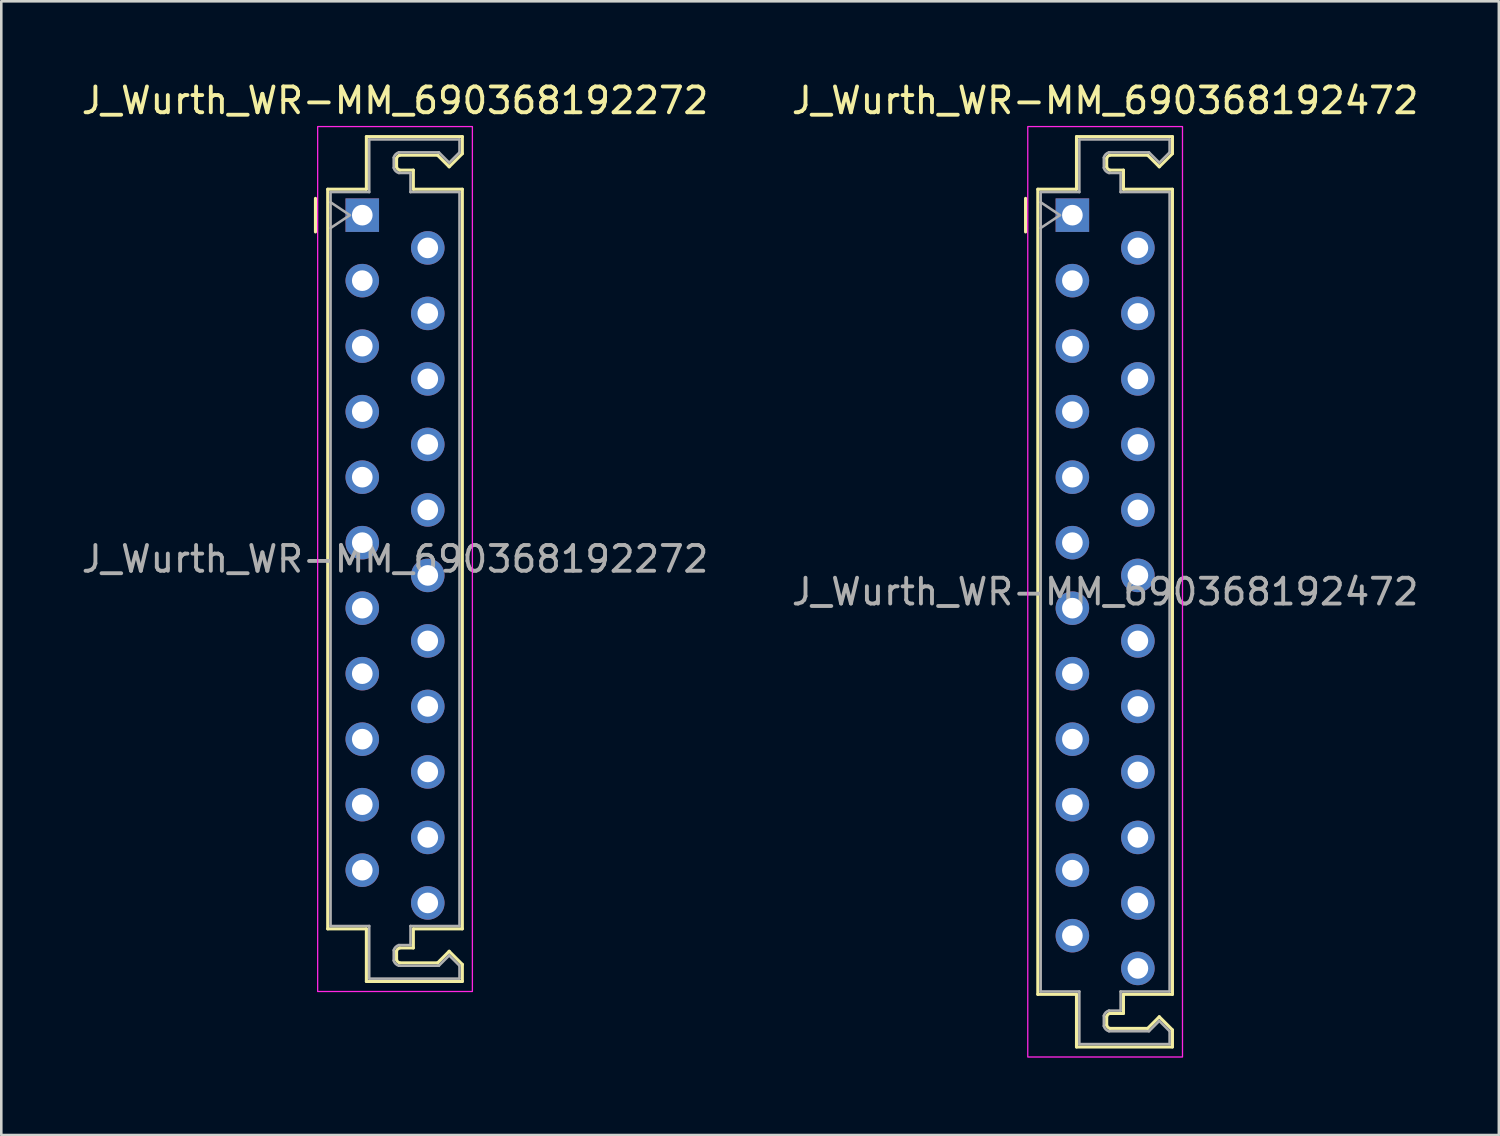
<source format=kicad_pcb>
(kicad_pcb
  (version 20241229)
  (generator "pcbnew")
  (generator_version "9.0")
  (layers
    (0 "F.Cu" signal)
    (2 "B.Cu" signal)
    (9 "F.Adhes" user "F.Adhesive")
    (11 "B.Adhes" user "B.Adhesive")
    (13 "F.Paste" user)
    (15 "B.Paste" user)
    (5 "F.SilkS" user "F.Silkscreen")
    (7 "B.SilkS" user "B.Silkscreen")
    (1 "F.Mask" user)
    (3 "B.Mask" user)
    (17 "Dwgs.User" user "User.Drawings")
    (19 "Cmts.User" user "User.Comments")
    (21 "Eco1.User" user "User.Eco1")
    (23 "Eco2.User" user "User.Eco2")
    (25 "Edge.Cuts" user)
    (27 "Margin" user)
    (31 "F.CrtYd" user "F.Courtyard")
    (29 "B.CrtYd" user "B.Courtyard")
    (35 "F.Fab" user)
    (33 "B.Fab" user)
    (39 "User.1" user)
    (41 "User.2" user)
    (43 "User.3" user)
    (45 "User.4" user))
  (footprint "J_Wurth_WR-MM_690368192472"
    (layer "F.Cu")
    (at 38.534 5.293)
    (property "Reference" "J_Wurth_WR-MM_690368192472" (at 1.27 -4.445 0) (unlocked yes) (layer "F.SilkS") (effects (font (size 1 1) (thickness 0.15))))
    (attr through_hole)
    (fp_line (start -1.815 0.65) (end -1.815 -0.65) (stroke (width 0.12) (type solid)) (layer "F.SilkS"))
    (fp_line (start -1.34 -1.005) (end 0.16 -1.005) (stroke (width 0.12) (type solid)) (layer "F.SilkS"))
    (fp_line (start -1.34 30.215) (end -1.34 -1.005) (stroke (width 0.12) (type solid)) (layer "F.SilkS"))
    (fp_line (start -1.34 30.215) (end 0.16 30.215) (stroke (width 0.12) (type solid)) (layer "F.SilkS"))
    (fp_line (start 0.16 -3.045) (end 3.88 -3.045) (stroke (width 0.12) (type solid)) (layer "F.SilkS"))
    (fp_line (start 0.16 -1.005) (end 0.16 -3.045) (stroke (width 0.12) (type solid)) (layer "F.SilkS"))
    (fp_line (start 0.16 30.215) (end 0.16 32.255) (stroke (width 0.12) (type solid)) (layer "F.SilkS"))
    (fp_line (start 0.16 32.255) (end 3.88 32.255) (stroke (width 0.12) (type solid)) (layer "F.SilkS"))
    (fp_line (start 1.33 -2.205) (end 1.33 -1.865) (stroke (width 0.12) (type solid)) (layer "F.SilkS"))
    (fp_line (start 1.33 31.416) (end 1.33 31.075) (stroke (width 0.12) (type solid)) (layer "F.SilkS"))
    (fp_line (start 1.45 -2.325) (end 2.92 -2.325) (stroke (width 0.12) (type solid)) (layer "F.SilkS"))
    (fp_line (start 1.45 31.535) (end 2.92 31.535) (stroke (width 0.12) (type solid)) (layer "F.SilkS"))
    (fp_line (start 1.98 -1.745) (end 1.45 -1.745) (stroke (width 0.12) (type solid)) (layer "F.SilkS"))
    (fp_line (start 1.98 -1.005) (end 1.98 -1.745) (stroke (width 0.12) (type solid)) (layer "F.SilkS"))
    (fp_line (start 1.98 30.215) (end 1.98 30.955) (stroke (width 0.12) (type solid)) (layer "F.SilkS"))
    (fp_line (start 1.98 30.955) (end 1.45 30.955) (stroke (width 0.12) (type solid)) (layer "F.SilkS"))
    (fp_line (start 2.92 -2.325) (end 3.37 -1.875) (stroke (width 0.12) (type solid)) (layer "F.SilkS"))
    (fp_line (start 2.92 31.535) (end 3.37 31.085) (stroke (width 0.12) (type solid)) (layer "F.SilkS"))
    (fp_line (start 3.88 -3.045) (end 3.88 -2.385) (stroke (width 0.12) (type solid)) (layer "F.SilkS"))
    (fp_line (start 3.88 -2.385) (end 3.37 -1.875) (stroke (width 0.12) (type solid)) (layer "F.SilkS"))
    (fp_line (start 3.88 -1.005) (end 1.98 -1.005) (stroke (width 0.12) (type solid)) (layer "F.SilkS"))
    (fp_line (start 3.88 30.215) (end 1.98 30.215) (stroke (width 0.12) (type solid)) (layer "F.SilkS"))
    (fp_line (start 3.88 30.215) (end 3.88 -1.005) (stroke (width 0.12) (type solid)) (layer "F.SilkS"))
    (fp_line (start 3.88 31.595) (end 3.37 31.085) (stroke (width 0.12) (type solid)) (layer "F.SilkS"))
    (fp_line (start 3.88 32.255) (end 3.88 31.595) (stroke (width 0.12) (type solid)) (layer "F.SilkS"))
    (fp_arc (start 1.330001 -2.2055) (mid 1.373741 -2.28126) (end 1.4495 -2.325) (stroke (width 0.12) (type solid)) (layer "F.SilkS"))
    (fp_arc (start 1.330002 31.074501) (mid 1.373741 30.998741) (end 1.4495 30.955001) (stroke (width 0.12) (type solid)) (layer "F.SilkS"))
    (fp_arc (start 1.4495 -1.745001) (mid 1.373741 -1.788741) (end 1.330002 -1.864501) (stroke (width 0.12) (type solid)) (layer "F.SilkS"))
    (fp_arc (start 1.4495 31.535) (mid 1.373741 31.49126) (end 1.330001 31.4155) (stroke (width 0.12) (type solid)) (layer "F.SilkS"))
    (fp_rect (start -1.73 -3.435) (end 4.27 32.645) (stroke (width 0.05) (type solid)) (fill no) (layer "F.CrtYd"))
    (fp_line (start -1.23 -0.895) (end 0.27 -0.895) (stroke (width 0.1) (type solid)) (layer "F.Fab"))
    (fp_line (start -1.23 30.105) (end -1.23 -0.895) (stroke (width 0.1) (type solid)) (layer "F.Fab"))
    (fp_line (start -1.23 30.105) (end 0.27 30.105) (stroke (width 0.1) (type solid)) (layer "F.Fab"))
    (fp_line (start -0.48 0) (end -1.23 -0.5) (stroke (width 0.1) (type solid)) (layer "F.Fab"))
    (fp_line (start -0.48 0) (end -1.23 0.5) (stroke (width 0.1) (type solid)) (layer "F.Fab"))
    (fp_line (start 0.27 -2.935) (end 3.77 -2.935) (stroke (width 0.1) (type solid)) (layer "F.Fab"))
    (fp_line (start 0.27 -0.895) (end 0.27 -2.935) (stroke (width 0.1) (type solid)) (layer "F.Fab"))
    (fp_line (start 0.27 32.145) (end 0.27 30.105) (stroke (width 0.1) (type solid)) (layer "F.Fab"))
    (fp_line (start 0.27 32.145) (end 3.77 32.145) (stroke (width 0.1) (type solid)) (layer "F.Fab"))
    (fp_line (start 1.22 -2.235) (end 1.22 -1.835) (stroke (width 0.1) (type solid)) (layer "F.Fab"))
    (fp_line (start 1.22 31.445) (end 1.22 31.045) (stroke (width 0.1) (type solid)) (layer "F.Fab"))
    (fp_line (start 1.42 -1.635) (end 1.87 -1.635) (stroke (width 0.1) (type solid)) (layer "F.Fab"))
    (fp_line (start 1.42 30.845) (end 1.87 30.845) (stroke (width 0.1) (type solid)) (layer "F.Fab"))
    (fp_line (start 1.87 -1.635) (end 1.87 -0.895) (stroke (width 0.1) (type solid)) (layer "F.Fab"))
    (fp_line (start 1.87 -0.895) (end 3.77 -0.895) (stroke (width 0.1) (type solid)) (layer "F.Fab"))
    (fp_line (start 1.87 30.105) (end 3.77 30.105) (stroke (width 0.1) (type solid)) (layer "F.Fab"))
    (fp_line (start 1.87 30.845) (end 1.87 30.105) (stroke (width 0.1) (type solid)) (layer "F.Fab"))
    (fp_line (start 2.97 -2.435) (end 1.42 -2.435) (stroke (width 0.1) (type solid)) (layer "F.Fab"))
    (fp_line (start 2.97 31.645) (end 1.42 31.645) (stroke (width 0.1) (type solid)) (layer "F.Fab"))
    (fp_line (start 3.37 -2.035) (end 2.97 -2.435) (stroke (width 0.1) (type solid)) (layer "F.Fab"))
    (fp_line (start 3.37 31.245) (end 2.97 31.645) (stroke (width 0.1) (type solid)) (layer "F.Fab"))
    (fp_line (start 3.77 -2.435) (end 3.37 -2.035) (stroke (width 0.1) (type solid)) (layer "F.Fab"))
    (fp_line (start 3.77 -2.435) (end 3.77 -2.935) (stroke (width 0.1) (type solid)) (layer "F.Fab"))
    (fp_line (start 3.77 30.105) (end 3.77 -0.895) (stroke (width 0.1) (type solid)) (layer "F.Fab"))
    (fp_line (start 3.77 31.645) (end 3.37 31.245) (stroke (width 0.1) (type solid)) (layer "F.Fab"))
    (fp_line (start 3.77 32.145) (end 3.77 31.645) (stroke (width 0.1) (type solid)) (layer "F.Fab"))
    (fp_arc (start 1.22 -2.235) (mid 1.293204 -2.361796) (end 1.419999 -2.435002) (stroke (width 0.1) (type default)) (layer "F.Fab"))
    (fp_arc (start 1.22 31.045) (mid 1.293205 30.918205) (end 1.42 30.845) (stroke (width 0.1) (type default)) (layer "F.Fab"))
    (fp_arc (start 1.42 -1.635) (mid 1.293204 -1.708204) (end 1.219998 -1.834998) (stroke (width 0.1) (type default)) (layer "F.Fab"))
    (fp_arc (start 1.42 31.645) (mid 1.293205 31.571795) (end 1.22 31.445) (stroke (width 0.1) (type default)) (layer "F.Fab"))
    (fp_text user "${REFERENCE}" (at 1.27 14.605 0) (unlocked yes) (layer "F.Fab") (effects (font (size 1 1) (thickness 0.15))))
    (pad "1" thru_hole rect (at 0 0 90) (size 1.3 1.3) (drill 0.8) (layers "*.Cu" "*.Mask"))
    (pad "2" thru_hole circle (at 2.54 1.27 90) (size 1.3 1.3) (drill 0.8) (layers "*.Cu" "*.Mask"))
    (pad "3" thru_hole circle (at 0 2.54 90) (size 1.3 1.3) (drill 0.8) (layers "*.Cu" "*.Mask"))
    (pad "4" thru_hole circle (at 2.54 3.81 90) (size 1.3 1.3) (drill 0.8) (layers "*.Cu" "*.Mask"))
    (pad "5" thru_hole circle (at 0 5.08 90) (size 1.3 1.3) (drill 0.8) (layers "*.Cu" "*.Mask"))
    (pad "6" thru_hole circle (at 2.54 6.35 90) (size 1.3 1.3) (drill 0.8) (layers "*.Cu" "*.Mask"))
    (pad "7" thru_hole circle (at 0 7.62 90) (size 1.3 1.3) (drill 0.8) (layers "*.Cu" "*.Mask"))
    (pad "8" thru_hole circle (at 2.54 8.89 90) (size 1.3 1.3) (drill 0.8) (layers "*.Cu" "*.Mask"))
    (pad "9" thru_hole circle (at 0 10.16 90) (size 1.3 1.3) (drill 0.8) (layers "*.Cu" "*.Mask"))
    (pad "10" thru_hole circle (at 2.54 11.43 90) (size 1.3 1.3) (drill 0.8) (layers "*.Cu" "*.Mask"))
    (pad "11" thru_hole circle (at 0 12.7 90) (size 1.3 1.3) (drill 0.8) (layers "*.Cu" "*.Mask"))
    (pad "12" thru_hole circle (at 2.54 13.97 90) (size 1.3 1.3) (drill 0.8) (layers "*.Cu" "*.Mask"))
    (pad "13" thru_hole circle (at 0 15.24 90) (size 1.3 1.3) (drill 0.8) (layers "*.Cu" "*.Mask"))
    (pad "14" thru_hole circle (at 2.54 16.51 90) (size 1.3 1.3) (drill 0.8) (layers "*.Cu" "*.Mask"))
    (pad "15" thru_hole circle (at 0 17.78 90) (size 1.3 1.3) (drill 0.8) (layers "*.Cu" "*.Mask"))
    (pad "16" thru_hole circle (at 2.54 19.05 90) (size 1.3 1.3) (drill 0.8) (layers "*.Cu" "*.Mask"))
    (pad "17" thru_hole circle (at 0 20.32 90) (size 1.3 1.3) (drill 0.8) (layers "*.Cu" "*.Mask"))
    (pad "18" thru_hole circle (at 2.54 21.59 90) (size 1.3 1.3) (drill 0.8) (layers "*.Cu" "*.Mask"))
    (pad "19" thru_hole circle (at 0 22.86 90) (size 1.3 1.3) (drill 0.8) (layers "*.Cu" "*.Mask"))
    (pad "20" thru_hole circle (at 2.54 24.13 90) (size 1.3 1.3) (drill 0.8) (layers "*.Cu" "*.Mask"))
    (pad "21" thru_hole circle (at 0 25.4 90) (size 1.3 1.3) (drill 0.8) (layers "*.Cu" "*.Mask"))
    (pad "22" thru_hole circle (at 2.54 26.67 90) (size 1.3 1.3) (drill 0.8) (layers "*.Cu" "*.Mask"))
    (pad "23" thru_hole circle (at 0 27.94 90) (size 1.3 1.3) (drill 0.8) (layers "*.Cu" "*.Mask"))
    (pad "24" thru_hole circle (at 2.54 29.21 90) (size 1.3 1.3) (drill 0.8) (layers "*.Cu" "*.Mask")))
  (footprint "J_Wurth_WR-MM_690368192272"
    (layer "F.Cu")
    (at 10.998 5.293)
    (property "Reference" "J_Wurth_WR-MM_690368192272" (at 1.27 -4.445 0) (unlocked yes) (layer "F.SilkS") (effects (font (size 1 1) (thickness 0.15))))
    (attr through_hole)
    (fp_line (start -1.815 0.65) (end -1.815 -0.65) (stroke (width 0.12) (type solid)) (layer "F.SilkS"))
    (fp_line (start -1.34 -1.005) (end 0.16 -1.005) (stroke (width 0.12) (type solid)) (layer "F.SilkS"))
    (fp_line (start -1.34 27.675) (end -1.34 -1.005) (stroke (width 0.12) (type solid)) (layer "F.SilkS"))
    (fp_line (start -1.34 27.675) (end 0.16 27.675) (stroke (width 0.12) (type solid)) (layer "F.SilkS"))
    (fp_line (start 0.16 -3.045) (end 3.88 -3.045) (stroke (width 0.12) (type solid)) (layer "F.SilkS"))
    (fp_line (start 0.16 -1.005) (end 0.16 -3.045) (stroke (width 0.12) (type solid)) (layer "F.SilkS"))
    (fp_line (start 0.16 27.675) (end 0.16 29.715) (stroke (width 0.12) (type solid)) (layer "F.SilkS"))
    (fp_line (start 0.16 29.715) (end 3.88 29.715) (stroke (width 0.12) (type solid)) (layer "F.SilkS"))
    (fp_line (start 1.33 -2.205) (end 1.33 -1.865) (stroke (width 0.12) (type solid)) (layer "F.SilkS"))
    (fp_line (start 1.33 28.875) (end 1.33 28.535) (stroke (width 0.12) (type solid)) (layer "F.SilkS"))
    (fp_line (start 1.45 -2.325) (end 2.92 -2.325) (stroke (width 0.12) (type solid)) (layer "F.SilkS"))
    (fp_line (start 1.45 28.995) (end 2.92 28.995) (stroke (width 0.12) (type solid)) (layer "F.SilkS"))
    (fp_line (start 1.98 -1.745) (end 1.45 -1.745) (stroke (width 0.12) (type solid)) (layer "F.SilkS"))
    (fp_line (start 1.98 -1.005) (end 1.98 -1.745) (stroke (width 0.12) (type solid)) (layer "F.SilkS"))
    (fp_line (start 1.98 27.675) (end 1.98 28.415) (stroke (width 0.12) (type solid)) (layer "F.SilkS"))
    (fp_line (start 1.98 28.415) (end 1.45 28.415) (stroke (width 0.12) (type solid)) (layer "F.SilkS"))
    (fp_line (start 2.92 -2.325) (end 3.37 -1.875) (stroke (width 0.12) (type solid)) (layer "F.SilkS"))
    (fp_line (start 2.92 28.995) (end 3.37 28.545) (stroke (width 0.12) (type solid)) (layer "F.SilkS"))
    (fp_line (start 3.88 -3.045) (end 3.88 -2.385) (stroke (width 0.12) (type solid)) (layer "F.SilkS"))
    (fp_line (start 3.88 -2.385) (end 3.37 -1.875) (stroke (width 0.12) (type solid)) (layer "F.SilkS"))
    (fp_line (start 3.88 -1.005) (end 1.98 -1.005) (stroke (width 0.12) (type solid)) (layer "F.SilkS"))
    (fp_line (start 3.88 27.675) (end 1.98 27.675) (stroke (width 0.12) (type solid)) (layer "F.SilkS"))
    (fp_line (start 3.88 27.675) (end 3.88 -1.005) (stroke (width 0.12) (type solid)) (layer "F.SilkS"))
    (fp_line (start 3.88 29.055) (end 3.37 28.545) (stroke (width 0.12) (type solid)) (layer "F.SilkS"))
    (fp_line (start 3.88 29.715) (end 3.88 29.055) (stroke (width 0.12) (type solid)) (layer "F.SilkS"))
    (fp_arc (start 1.330001 -2.2055) (mid 1.373741 -2.28126) (end 1.4495 -2.325) (stroke (width 0.12) (type solid)) (layer "F.SilkS"))
    (fp_arc (start 1.330002 28.534501) (mid 1.373741 28.458741) (end 1.4495 28.415001) (stroke (width 0.12) (type solid)) (layer "F.SilkS"))
    (fp_arc (start 1.4495 -1.745001) (mid 1.373741 -1.788741) (end 1.330002 -1.864501) (stroke (width 0.12) (type solid)) (layer "F.SilkS"))
    (fp_arc (start 1.4495 28.995) (mid 1.373741 28.95126) (end 1.330001 28.8755) (stroke (width 0.12) (type solid)) (layer "F.SilkS"))
    (fp_rect (start -1.73 -3.435) (end 4.27 30.105) (stroke (width 0.05) (type solid)) (fill no) (layer "F.CrtYd"))
    (fp_line (start -1.23 -0.895) (end 0.27 -0.895) (stroke (width 0.1) (type solid)) (layer "F.Fab"))
    (fp_line (start -1.23 27.565) (end -1.23 -0.895) (stroke (width 0.1) (type solid)) (layer "F.Fab"))
    (fp_line (start -1.23 27.565) (end 0.27 27.565) (stroke (width 0.1) (type solid)) (layer "F.Fab"))
    (fp_line (start -0.48 0) (end -1.23 -0.5) (stroke (width 0.1) (type solid)) (layer "F.Fab"))
    (fp_line (start -0.48 0) (end -1.23 0.5) (stroke (width 0.1) (type solid)) (layer "F.Fab"))
    (fp_line (start 0.27 -2.935) (end 3.77 -2.935) (stroke (width 0.1) (type solid)) (layer "F.Fab"))
    (fp_line (start 0.27 -0.895) (end 0.27 -2.935) (stroke (width 0.1) (type solid)) (layer "F.Fab"))
    (fp_line (start 0.27 29.605) (end 0.27 27.565) (stroke (width 0.1) (type solid)) (layer "F.Fab"))
    (fp_line (start 0.27 29.605) (end 3.77 29.605) (stroke (width 0.1) (type solid)) (layer "F.Fab"))
    (fp_line (start 1.22 -2.235) (end 1.22 -1.835) (stroke (width 0.1) (type solid)) (layer "F.Fab"))
    (fp_line (start 1.22 28.905) (end 1.22 28.505) (stroke (width 0.1) (type solid)) (layer "F.Fab"))
    (fp_line (start 1.42 -1.635) (end 1.87 -1.635) (stroke (width 0.1) (type solid)) (layer "F.Fab"))
    (fp_line (start 1.42 28.305) (end 1.87 28.305) (stroke (width 0.1) (type solid)) (layer "F.Fab"))
    (fp_line (start 1.87 -1.635) (end 1.87 -0.895) (stroke (width 0.1) (type solid)) (layer "F.Fab"))
    (fp_line (start 1.87 -0.895) (end 3.77 -0.895) (stroke (width 0.1) (type solid)) (layer "F.Fab"))
    (fp_line (start 1.87 27.565) (end 3.77 27.565) (stroke (width 0.1) (type solid)) (layer "F.Fab"))
    (fp_line (start 1.87 28.305) (end 1.87 27.565) (stroke (width 0.1) (type solid)) (layer "F.Fab"))
    (fp_line (start 2.97 -2.435) (end 1.42 -2.435) (stroke (width 0.1) (type solid)) (layer "F.Fab"))
    (fp_line (start 2.97 29.105) (end 1.42 29.105) (stroke (width 0.1) (type solid)) (layer "F.Fab"))
    (fp_line (start 3.37 -2.035) (end 2.97 -2.435) (stroke (width 0.1) (type solid)) (layer "F.Fab"))
    (fp_line (start 3.37 28.705) (end 2.97 29.105) (stroke (width 0.1) (type solid)) (layer "F.Fab"))
    (fp_line (start 3.77 -2.435) (end 3.37 -2.035) (stroke (width 0.1) (type solid)) (layer "F.Fab"))
    (fp_line (start 3.77 -2.435) (end 3.77 -2.935) (stroke (width 0.1) (type solid)) (layer "F.Fab"))
    (fp_line (start 3.77 27.565) (end 3.77 -0.895) (stroke (width 0.1) (type solid)) (layer "F.Fab"))
    (fp_line (start 3.77 29.105) (end 3.37 28.705) (stroke (width 0.1) (type solid)) (layer "F.Fab"))
    (fp_line (start 3.77 29.605) (end 3.77 29.105) (stroke (width 0.1) (type solid)) (layer "F.Fab"))
    (fp_arc (start 1.22 -2.235) (mid 1.293204 -2.361796) (end 1.419999 -2.435002) (stroke (width 0.1) (type default)) (layer "F.Fab"))
    (fp_arc (start 1.22 28.505) (mid 1.293205 28.378205) (end 1.42 28.305) (stroke (width 0.1) (type default)) (layer "F.Fab"))
    (fp_arc (start 1.42 -1.635) (mid 1.293204 -1.708204) (end 1.219998 -1.834998) (stroke (width 0.1) (type default)) (layer "F.Fab"))
    (fp_arc (start 1.42 29.105) (mid 1.293205 29.031795) (end 1.22 28.905) (stroke (width 0.1) (type default)) (layer "F.Fab"))
    (fp_text user "${REFERENCE}" (at 1.27 13.335 0) (unlocked yes) (layer "F.Fab") (effects (font (size 1 1) (thickness 0.15))))
    (pad "1" thru_hole rect (at 0 0 90) (size 1.3 1.3) (drill 0.8) (layers "*.Cu" "*.Mask"))
    (pad "2" thru_hole circle (at 2.54 1.27 90) (size 1.3 1.3) (drill 0.8) (layers "*.Cu" "*.Mask"))
    (pad "3" thru_hole circle (at 0 2.54 90) (size 1.3 1.3) (drill 0.8) (layers "*.Cu" "*.Mask"))
    (pad "4" thru_hole circle (at 2.54 3.81 90) (size 1.3 1.3) (drill 0.8) (layers "*.Cu" "*.Mask"))
    (pad "5" thru_hole circle (at 0 5.08 90) (size 1.3 1.3) (drill 0.8) (layers "*.Cu" "*.Mask"))
    (pad "6" thru_hole circle (at 2.54 6.35 90) (size 1.3 1.3) (drill 0.8) (layers "*.Cu" "*.Mask"))
    (pad "7" thru_hole circle (at 0 7.62 90) (size 1.3 1.3) (drill 0.8) (layers "*.Cu" "*.Mask"))
    (pad "8" thru_hole circle (at 2.54 8.89 90) (size 1.3 1.3) (drill 0.8) (layers "*.Cu" "*.Mask"))
    (pad "9" thru_hole circle (at 0 10.16 90) (size 1.3 1.3) (drill 0.8) (layers "*.Cu" "*.Mask"))
    (pad "10" thru_hole circle (at 2.54 11.43 90) (size 1.3 1.3) (drill 0.8) (layers "*.Cu" "*.Mask"))
    (pad "11" thru_hole circle (at 0 12.7 90) (size 1.3 1.3) (drill 0.8) (layers "*.Cu" "*.Mask"))
    (pad "12" thru_hole circle (at 2.54 13.97 90) (size 1.3 1.3) (drill 0.8) (layers "*.Cu" "*.Mask"))
    (pad "13" thru_hole circle (at 0 15.24 90) (size 1.3 1.3) (drill 0.8) (layers "*.Cu" "*.Mask"))
    (pad "14" thru_hole circle (at 2.54 16.51 90) (size 1.3 1.3) (drill 0.8) (layers "*.Cu" "*.Mask"))
    (pad "15" thru_hole circle (at 0 17.78 90) (size 1.3 1.3) (drill 0.8) (layers "*.Cu" "*.Mask"))
    (pad "16" thru_hole circle (at 2.54 19.05 90) (size 1.3 1.3) (drill 0.8) (layers "*.Cu" "*.Mask"))
    (pad "17" thru_hole circle (at 0 20.32 90) (size 1.3 1.3) (drill 0.8) (layers "*.Cu" "*.Mask"))
    (pad "18" thru_hole circle (at 2.54 21.59 90) (size 1.3 1.3) (drill 0.8) (layers "*.Cu" "*.Mask"))
    (pad "19" thru_hole circle (at 0 22.86 90) (size 1.3 1.3) (drill 0.8) (layers "*.Cu" "*.Mask"))
    (pad "20" thru_hole circle (at 2.54 24.13 90) (size 1.3 1.3) (drill 0.8) (layers "*.Cu" "*.Mask"))
    (pad "21" thru_hole circle (at 0 25.4 90) (size 1.3 1.3) (drill 0.8) (layers "*.Cu" "*.Mask"))
    (pad "22" thru_hole circle (at 2.54 26.67 90) (size 1.3 1.3) (drill 0.8) (layers "*.Cu" "*.Mask")))
  (gr_rect
    (start -3 -3)
    (end 55.071 40.963)
    (stroke (width 0.1) (type default))
    (fill no)
    (layer "Edge.Cuts")))
</source>
